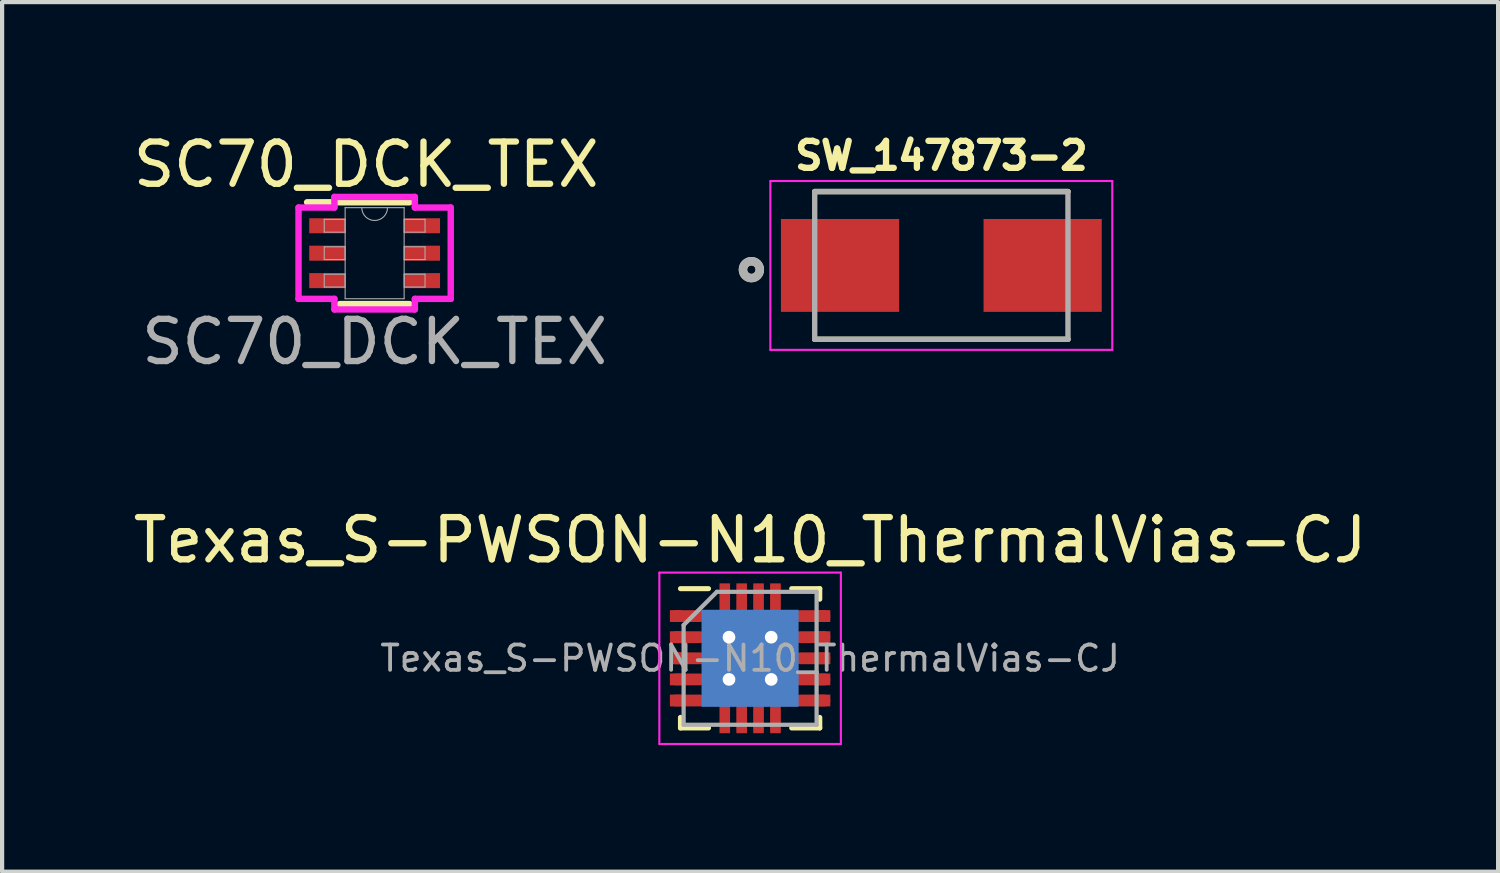
<source format=kicad_pcb>
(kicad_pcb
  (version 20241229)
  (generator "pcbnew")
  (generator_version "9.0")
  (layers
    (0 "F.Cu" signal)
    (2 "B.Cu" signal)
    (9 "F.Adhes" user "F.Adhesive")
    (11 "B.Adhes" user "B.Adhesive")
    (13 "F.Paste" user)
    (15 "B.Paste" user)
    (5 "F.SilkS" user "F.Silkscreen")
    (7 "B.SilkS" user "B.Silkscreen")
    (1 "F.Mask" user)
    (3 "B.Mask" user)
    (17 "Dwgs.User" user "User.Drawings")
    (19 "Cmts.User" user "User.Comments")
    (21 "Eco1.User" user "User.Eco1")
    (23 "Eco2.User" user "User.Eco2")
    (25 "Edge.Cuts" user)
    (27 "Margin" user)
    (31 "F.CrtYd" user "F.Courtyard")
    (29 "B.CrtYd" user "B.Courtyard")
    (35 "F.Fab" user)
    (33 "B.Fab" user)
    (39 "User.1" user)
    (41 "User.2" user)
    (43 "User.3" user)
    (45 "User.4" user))
  (footprint "Texas_S-PWSON-N10_ThermalVias-CJ"
    (layer "F.Cu")
    (at 14.72 12.545)
    (property "Reference" "Texas_S-PWSON-N10_ThermalVias-CJ" (at 0 -2.8 0) (layer "F.SilkS") (effects (font (size 1 1) (thickness 0.15))))
    (attr smd)
    (fp_line (start -1.65 -1.65) (end -0.985 -1.65) (stroke (width 0.12) (type solid)) (layer "F.SilkS"))
    (fp_line (start -1.65 1.65) (end -1.65 1.4) (stroke (width 0.12) (type solid)) (layer "F.SilkS"))
    (fp_line (start -1.65 1.65) (end -0.985 1.65) (stroke (width 0.12) (type solid)) (layer "F.SilkS"))
    (fp_line (start 0.985 -1.65) (end 1.65 -1.65) (stroke (width 0.12) (type solid)) (layer "F.SilkS"))
    (fp_line (start 0.985 1.65) (end 1.65 1.65) (stroke (width 0.12) (type solid)) (layer "F.SilkS"))
    (fp_line (start 1.65 -1.4) (end 1.65 -1.65) (stroke (width 0.12) (type solid)) (layer "F.SilkS"))
    (fp_line (start 1.65 1.4) (end 1.65 1.65) (stroke (width 0.12) (type solid)) (layer "F.SilkS"))
    (fp_line (start -2.15 -2.03) (end -2.15 2.03) (stroke (width 0.05) (type solid)) (layer "F.CrtYd"))
    (fp_line (start -2.15 -2.03) (end 2.15 -2.03) (stroke (width 0.05) (type solid)) (layer "F.CrtYd"))
    (fp_line (start -2.15 2.03) (end 2.15 2.03) (stroke (width 0.05) (type solid)) (layer "F.CrtYd"))
    (fp_line (start 2.15 -2.03) (end 2.15 2.03) (stroke (width 0.05) (type solid)) (layer "F.CrtYd"))
    (fp_line (start -1.575 1.575) (end -1.575 -0.787) (stroke (width 0.1) (type solid)) (layer "F.Fab"))
    (fp_line (start -0.787 -1.575) (end -1.575 -0.787) (stroke (width 0.1) (type solid)) (layer "F.Fab"))
    (fp_line (start -0.787 -1.575) (end 1.575 -1.575) (stroke (width 0.1) (type solid)) (layer "F.Fab"))
    (fp_line (start 1.575 -1.575) (end 1.575 1.575) (stroke (width 0.1) (type solid)) (layer "F.Fab"))
    (fp_line (start 1.575 1.575) (end -1.575 1.575) (stroke (width 0.1) (type solid)) (layer "F.Fab"))
    (fp_text user "${REFERENCE}" (at 0 0 0) (layer "F.Fab") (effects (font (size 0.6 0.6) (thickness 0.09))))
    (pad "1" smd rect (at -1.76 -1) (size 0.28 0.28) (layers "F.Cu" "F.Mask" "F.Paste"))
    (pad "1" smd oval (at -1.475 -1) (size 0.85 0.28) (layers "F.Cu" "F.Mask" "F.Paste"))
    (pad "2" smd rect (at -1.76 -0.5) (size 0.28 0.28) (layers "F.Cu" "F.Mask" "F.Paste"))
    (pad "2" smd oval (at -1.475 -0.5) (size 0.85 0.28) (layers "F.Cu" "F.Mask" "F.Paste"))
    (pad "3" smd rect (at -1.76 0) (size 0.28 0.28) (layers "F.Cu" "F.Mask" "F.Paste"))
    (pad "3" smd oval (at -1.475 0) (size 0.85 0.28) (layers "F.Cu" "F.Mask" "F.Paste"))
    (pad "4" smd rect (at -1.76 0.5) (size 0.28 0.28) (layers "F.Cu" "F.Mask" "F.Paste"))
    (pad "4" smd oval (at -1.475 0.5) (size 0.85 0.28) (layers "F.Cu" "F.Mask" "F.Paste"))
    (pad "5" smd rect (at -1.76 1) (size 0.28 0.28) (layers "F.Cu" "F.Mask" "F.Paste"))
    (pad "5" smd oval (at -1.475 1) (size 0.85 0.28) (layers "F.Cu" "F.Mask" "F.Paste"))
    (pad "6" smd oval (at 1.475 1) (size 0.85 0.28) (layers "F.Cu" "F.Mask" "F.Paste"))
    (pad "6" smd rect (at 1.76 1) (size 0.28 0.28) (layers "F.Cu" "F.Mask" "F.Paste"))
    (pad "7" smd oval (at 1.475 0.5) (size 0.85 0.28) (layers "F.Cu" "F.Mask" "F.Paste"))
    (pad "7" smd rect (at 1.76 0.5) (size 0.28 0.28) (layers "F.Cu" "F.Mask" "F.Paste"))
    (pad "8" smd oval (at 1.475 0) (size 0.85 0.28) (layers "F.Cu" "F.Mask" "F.Paste"))
    (pad "8" smd rect (at 1.76 0) (size 0.28 0.28) (layers "F.Cu" "F.Mask" "F.Paste"))
    (pad "9" smd oval (at 1.475 -0.5) (size 0.85 0.28) (layers "F.Cu" "F.Mask" "F.Paste"))
    (pad "9" smd rect (at 1.76 -0.5) (size 0.28 0.28) (layers "F.Cu" "F.Mask" "F.Paste"))
    (pad "10" smd oval (at 1.475 -1) (size 0.85 0.28) (layers "F.Cu" "F.Mask" "F.Paste"))
    (pad "10" smd rect (at 1.76 -1) (size 0.28 0.28) (layers "F.Cu" "F.Mask" "F.Paste"))
    (pad "11" smd rect (at -0.6 -1.425) (size 0.23 0.6) (layers "F.Cu" "F.Mask" "F.Paste"))
    (pad "11" smd rect (at -0.6 -1.425) (size 0.25 0.7) (layers "F.Cu" "F.Mask" "F.Paste"))
    (pad "11" smd rect (at -0.6 1.425) (size 0.23 0.6) (layers "F.Cu" "F.Mask" "F.Paste"))
    (pad "11" smd rect (at -0.6 1.425) (size 0.25 0.7) (layers "F.Cu" "F.Mask" "F.Paste"))
    (pad "11" thru_hole circle (at -0.5 -0.5) (size 0.6 0.6) (drill 0.3) (layers "*.Cu" "*.Mask"))
    (pad "11" thru_hole circle (at -0.5 0.5) (size 0.6 0.6) (drill 0.3) (layers "*.Cu" "*.Mask"))
    (pad "11" smd rect (at -0.435 -0.56) (size 0.65 0.9) (layers "F.Cu" "F.Mask" "F.Paste"))
    (pad "11" smd rect (at -0.435 0.56) (size 0.65 0.9) (layers "F.Cu" "F.Mask" "F.Paste"))
    (pad "11" smd rect (at -0.2 -1.425) (size 0.23 0.6) (layers "F.Cu" "F.Mask" "F.Paste"))
    (pad "11" smd rect (at -0.2 -1.425) (size 0.25 0.7) (layers "F.Cu" "F.Mask" "F.Paste"))
    (pad "11" smd rect (at -0.2 1.425) (size 0.23 0.6) (layers "F.Cu" "F.Mask" "F.Paste"))
    (pad "11" smd rect (at -0.2 1.425) (size 0.25 0.7) (layers "F.Cu" "F.Mask" "F.Paste"))
    (pad "11" smd rect (at -0.001 0) (size 2.3 2.3) (layers "B.Cu"))
    (pad "11" smd rect (at 0 0) (size 1.7 2.15) (layers "F.Cu" "F.Mask"))
    (pad "11" smd rect (at 0.2 -1.425) (size 0.23 0.6) (layers "F.Cu" "F.Mask" "F.Paste"))
    (pad "11" smd rect (at 0.2 -1.425) (size 0.25 0.7) (layers "F.Cu" "F.Mask" "F.Paste"))
    (pad "11" smd rect (at 0.2 1.425) (size 0.23 0.6) (layers "F.Cu" "F.Mask" "F.Paste"))
    (pad "11" smd rect (at 0.2 1.425) (size 0.25 0.7) (layers "F.Cu" "F.Mask" "F.Paste"))
    (pad "11" smd rect (at 0.435 -0.56) (size 0.65 0.9) (layers "F.Cu" "F.Mask" "F.Paste"))
    (pad "11" smd rect (at 0.435 0.56) (size 0.65 0.9) (layers "F.Cu" "F.Mask" "F.Paste"))
    (pad "11" thru_hole circle (at 0.5 -0.5) (size 0.6 0.6) (drill 0.3) (layers "*.Cu" "*.Mask"))
    (pad "11" thru_hole circle (at 0.5 0.5) (size 0.6 0.6) (drill 0.3) (layers "*.Cu" "*.Mask"))
    (pad "11" smd rect (at 0.6 -1.425) (size 0.23 0.6) (layers "F.Cu" "F.Mask" "F.Paste"))
    (pad "11" smd rect (at 0.6 -1.425) (size 0.25 0.7) (layers "F.Cu" "F.Mask" "F.Paste"))
    (pad "11" smd rect (at 0.6 1.425) (size 0.23 0.6) (layers "F.Cu" "F.Mask" "F.Paste"))
    (pad "11" smd rect (at 0.6 1.425) (size 0.25 0.7) (layers "F.Cu" "F.Mask" "F.Paste")))
  (footprint "SW_147873-2"
    (layer "F.Cu")
    (at 19.25 3.238)
    (property "Reference" "SW_147873-2" (at 0 -2.6 0) (layer "F.SilkS") (effects (font (size 0.64 0.64) (thickness 0.15))))
    (attr smd)
    (fp_line (start -3 -1.75) (end 3 -1.75) (stroke (width 0.127) (type solid)) (layer "F.SilkS"))
    (fp_line (start 3 1.75) (end -3 1.75) (stroke (width 0.127) (type solid)) (layer "F.SilkS"))
    (fp_circle (center -4.5 0.1) (end -4.3 0.1) (stroke (width 0.2) (type solid)) (fill no) (layer "F.SilkS"))
    (fp_line (start -4.05 -2) (end 4.05 -2) (stroke (width 0.05) (type solid)) (layer "F.CrtYd"))
    (fp_line (start -4.05 2) (end -4.05 -2) (stroke (width 0.05) (type solid)) (layer "F.CrtYd"))
    (fp_line (start 4.05 -2) (end 4.05 2) (stroke (width 0.05) (type solid)) (layer "F.CrtYd"))
    (fp_line (start 4.05 2) (end -4.05 2) (stroke (width 0.05) (type solid)) (layer "F.CrtYd"))
    (fp_line (start -3 -1.75) (end 3 -1.75) (stroke (width 0.127) (type solid)) (layer "F.Fab"))
    (fp_line (start -3 1.75) (end -3 -1.75) (stroke (width 0.127) (type solid)) (layer "F.Fab"))
    (fp_line (start 3 -1.75) (end 3 1.75) (stroke (width 0.127) (type solid)) (layer "F.Fab"))
    (fp_line (start 3 1.75) (end -3 1.75) (stroke (width 0.127) (type solid)) (layer "F.Fab"))
    (fp_circle (center -4.5 0.1) (end -4.3 0.1) (stroke (width 0.2) (type solid)) (fill no) (layer "F.Fab"))
    (pad "1" smd rect (at -2.4 0) (size 2.8 2.2) (layers "F.Cu" "F.Mask" "F.Paste"))
    (pad "2" smd rect (at 2.4 0) (size 2.8 2.2) (layers "F.Cu" "F.Mask" "F.Paste")))
  (footprint "SC70_DCK_TEX"
    (layer "F.Cu")
    (at 5.825 2.948)
    (property "Reference" "SC70_DCK_TEX" (at -0.2 -2.1 0) (unlocked yes) (layer "F.SilkS") (effects (font (size 1 1) (thickness 0.15))))
    (attr smd)
    (fp_line (start -0.826 1.206) (end 0.826 1.206) (stroke (width 0.152) (type solid)) (layer "F.SilkS"))
    (fp_line (start 0.826 -1.206) (end -1.6 -1.206) (stroke (width 0.152) (type solid)) (layer "F.SilkS"))
    (fp_line (start -1.803 -1.082) (end -0.953 -1.082) (stroke (width 0.152) (type solid)) (layer "F.CrtYd"))
    (fp_line (start -1.803 1.082) (end -1.803 -1.082) (stroke (width 0.152) (type solid)) (layer "F.CrtYd"))
    (fp_line (start -1.803 1.082) (end -0.953 1.082) (stroke (width 0.152) (type solid)) (layer "F.CrtYd"))
    (fp_line (start -0.953 -1.333) (end 0.953 -1.333) (stroke (width 0.152) (type solid)) (layer "F.CrtYd"))
    (fp_line (start -0.953 -1.082) (end -0.953 -1.333) (stroke (width 0.152) (type solid)) (layer "F.CrtYd"))
    (fp_line (start -0.953 1.333) (end -0.953 1.082) (stroke (width 0.152) (type solid)) (layer "F.CrtYd"))
    (fp_line (start 0.953 -1.333) (end 0.953 -1.082) (stroke (width 0.152) (type solid)) (layer "F.CrtYd"))
    (fp_line (start 0.953 1.082) (end 0.953 1.333) (stroke (width 0.152) (type solid)) (layer "F.CrtYd"))
    (fp_line (start 0.953 1.333) (end -0.953 1.333) (stroke (width 0.152) (type solid)) (layer "F.CrtYd"))
    (fp_line (start 1.803 -1.082) (end 0.953 -1.082) (stroke (width 0.152) (type solid)) (layer "F.CrtYd"))
    (fp_line (start 1.803 -1.082) (end 1.803 1.082) (stroke (width 0.152) (type solid)) (layer "F.CrtYd"))
    (fp_line (start 1.803 1.082) (end 0.953 1.082) (stroke (width 0.152) (type solid)) (layer "F.CrtYd"))
    (fp_line (start -1.194 -0.802) (end -1.194 -0.498) (stroke (width 0.025) (type solid)) (layer "F.Fab"))
    (fp_line (start -1.194 -0.498) (end -0.699 -0.498) (stroke (width 0.025) (type solid)) (layer "F.Fab"))
    (fp_line (start -1.194 -0.152) (end -1.194 0.152) (stroke (width 0.025) (type solid)) (layer "F.Fab"))
    (fp_line (start -1.194 0.152) (end -0.699 0.152) (stroke (width 0.025) (type solid)) (layer "F.Fab"))
    (fp_line (start -1.194 0.498) (end -1.194 0.802) (stroke (width 0.025) (type solid)) (layer "F.Fab"))
    (fp_line (start -1.194 0.802) (end -0.699 0.802) (stroke (width 0.025) (type solid)) (layer "F.Fab"))
    (fp_line (start -0.699 -1.079) (end -0.699 1.079) (stroke (width 0.025) (type solid)) (layer "F.Fab"))
    (fp_line (start -0.699 -0.802) (end -1.194 -0.802) (stroke (width 0.025) (type solid)) (layer "F.Fab"))
    (fp_line (start -0.699 -0.498) (end -0.699 -0.802) (stroke (width 0.025) (type solid)) (layer "F.Fab"))
    (fp_line (start -0.699 -0.152) (end -1.194 -0.152) (stroke (width 0.025) (type solid)) (layer "F.Fab"))
    (fp_line (start -0.699 0.152) (end -0.699 -0.152) (stroke (width 0.025) (type solid)) (layer "F.Fab"))
    (fp_line (start -0.699 0.498) (end -1.194 0.498) (stroke (width 0.025) (type solid)) (layer "F.Fab"))
    (fp_line (start -0.699 0.802) (end -0.699 0.498) (stroke (width 0.025) (type solid)) (layer "F.Fab"))
    (fp_line (start -0.699 1.079) (end 0.699 1.079) (stroke (width 0.025) (type solid)) (layer "F.Fab"))
    (fp_line (start 0.699 -1.079) (end -0.699 -1.079) (stroke (width 0.025) (type solid)) (layer "F.Fab"))
    (fp_line (start 0.699 -0.802) (end 0.699 -0.498) (stroke (width 0.025) (type solid)) (layer "F.Fab"))
    (fp_line (start 0.699 -0.498) (end 1.194 -0.498) (stroke (width 0.025) (type solid)) (layer "F.Fab"))
    (fp_line (start 0.699 -0.152) (end 0.699 0.152) (stroke (width 0.025) (type solid)) (layer "F.Fab"))
    (fp_line (start 0.699 0.152) (end 1.194 0.152) (stroke (width 0.025) (type solid)) (layer "F.Fab"))
    (fp_line (start 0.699 0.498) (end 0.699 0.802) (stroke (width 0.025) (type solid)) (layer "F.Fab"))
    (fp_line (start 0.699 0.802) (end 1.194 0.802) (stroke (width 0.025) (type solid)) (layer "F.Fab"))
    (fp_line (start 0.699 1.079) (end 0.699 -1.079) (stroke (width 0.025) (type solid)) (layer "F.Fab"))
    (fp_line (start 1.194 -0.802) (end 0.699 -0.802) (stroke (width 0.025) (type solid)) (layer "F.Fab"))
    (fp_line (start 1.194 -0.498) (end 1.194 -0.802) (stroke (width 0.025) (type solid)) (layer "F.Fab"))
    (fp_line (start 1.194 -0.152) (end 0.699 -0.152) (stroke (width 0.025) (type solid)) (layer "F.Fab"))
    (fp_line (start 1.194 0.152) (end 1.194 -0.152) (stroke (width 0.025) (type solid)) (layer "F.Fab"))
    (fp_line (start 1.194 0.498) (end 0.699 0.498) (stroke (width 0.025) (type solid)) (layer "F.Fab"))
    (fp_line (start 1.194 0.802) (end 1.194 0.498) (stroke (width 0.025) (type solid)) (layer "F.Fab"))
    (fp_arc (start 0.3048 -1.0795) (mid 0 -0.7747) (end -0.3048 -1.0795) (stroke (width 0.0254) (type solid)) (layer "F.Fab"))
    (fp_text user "${REFERENCE}" (at 0 2.1 0) (unlocked yes) (layer "F.Fab") (effects (font (size 1 1) (thickness 0.15))))
    (pad "1" smd rect (at -1.124 -0.65) (size 0.851 0.356) (layers "F.Cu" "F.Mask" "F.Paste"))
    (pad "2" smd rect (at -1.124 0) (size 0.851 0.356) (layers "F.Cu" "F.Mask" "F.Paste"))
    (pad "3" smd rect (at -1.124 0.65) (size 0.851 0.356) (layers "F.Cu" "F.Mask" "F.Paste"))
    (pad "4" smd rect (at 1.124 0.65) (size 0.851 0.356) (layers "F.Cu" "F.Mask" "F.Paste"))
    (pad "5" smd rect (at 1.124 0) (size 0.851 0.356) (layers "F.Cu" "F.Mask" "F.Paste"))
    (pad "6" smd rect (at 1.124 -0.65) (size 0.851 0.356) (layers "F.Cu" "F.Mask" "F.Paste")))
  (gr_rect
    (start -3 -3)
    (end 32.44 17.6)
    (stroke (width 0.1) (type default))
    (fill no)
    (layer "Edge.Cuts")))
</source>
